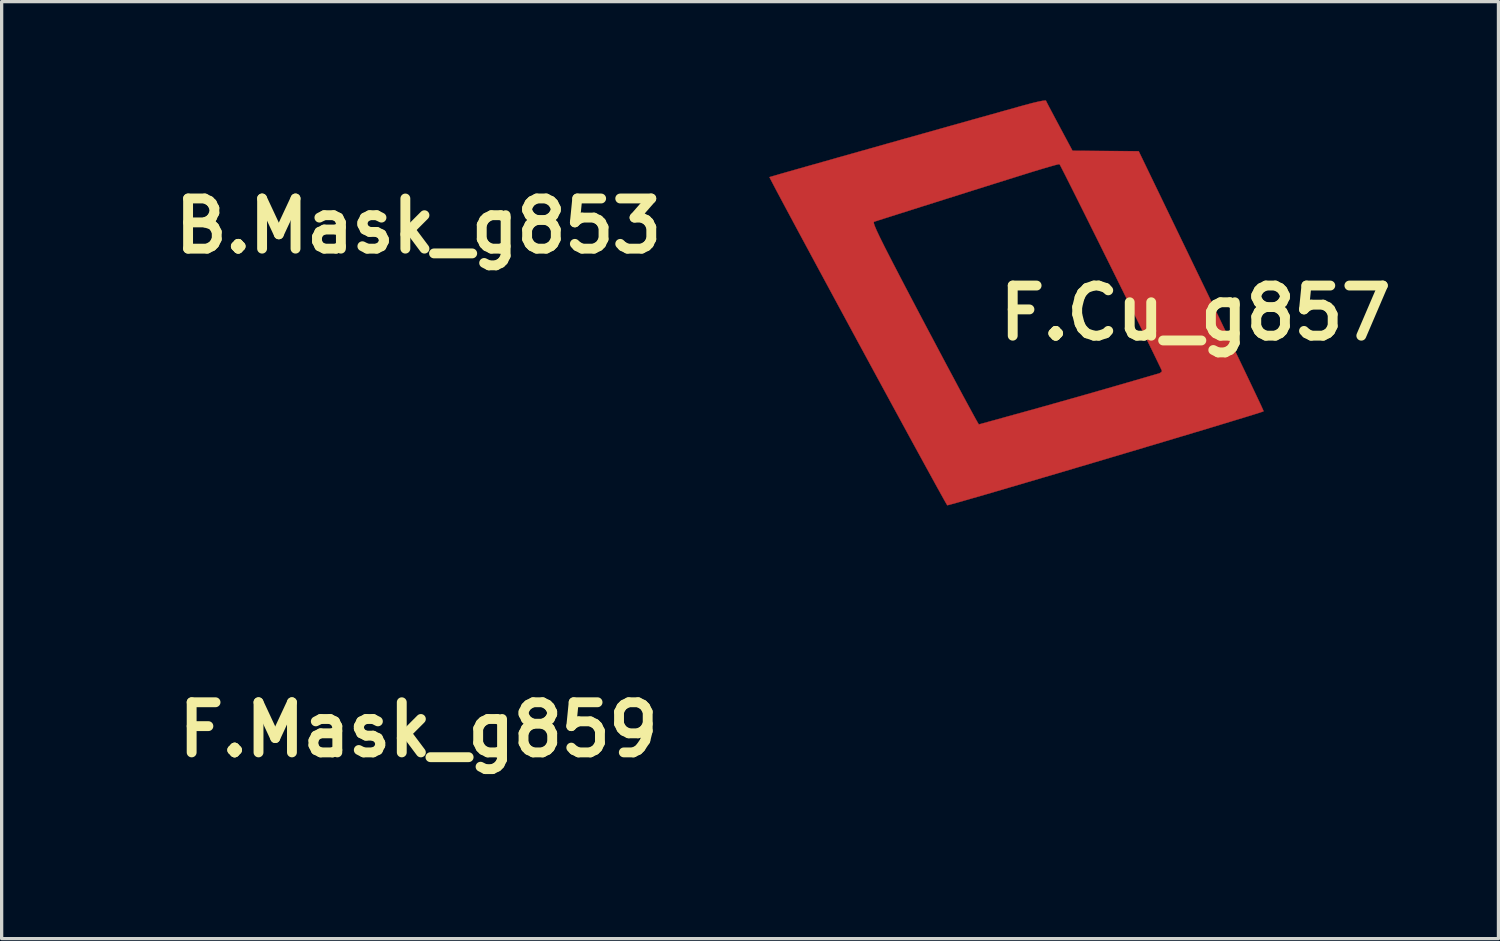
<source format=kicad_pcb>
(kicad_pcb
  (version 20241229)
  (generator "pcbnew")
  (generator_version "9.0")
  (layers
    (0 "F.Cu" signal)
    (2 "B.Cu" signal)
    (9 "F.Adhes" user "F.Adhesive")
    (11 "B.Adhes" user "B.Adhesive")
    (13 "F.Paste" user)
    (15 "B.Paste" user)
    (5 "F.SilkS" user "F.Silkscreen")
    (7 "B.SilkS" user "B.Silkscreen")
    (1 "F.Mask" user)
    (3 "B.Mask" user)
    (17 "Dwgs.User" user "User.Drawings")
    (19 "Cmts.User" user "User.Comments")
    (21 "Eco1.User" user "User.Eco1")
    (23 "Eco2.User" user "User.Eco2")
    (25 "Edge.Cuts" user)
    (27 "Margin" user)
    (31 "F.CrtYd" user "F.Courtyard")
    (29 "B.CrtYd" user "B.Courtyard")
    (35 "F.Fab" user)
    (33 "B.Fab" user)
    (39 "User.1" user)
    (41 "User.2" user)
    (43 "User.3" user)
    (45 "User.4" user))
  (footprint "B.Mask_g853"
    (layer "F.Cu")
    (at 9.67 3.818)
    (property "Reference" "B.Mask_g853" (at 0 0 0) (layer "F.SilkS") (effects (font (size 1.524 1.524) (thickness 0.3))))
    (attr through_hole)
    (fp_poly (pts (xy -4.496 -3.771) (xy -4.439 -3.66) (xy -4.351 -3.484) (xy -4.234 -3.249) (xy -4.092 -2.963) (xy -3.928 -2.63) (xy -3.745 -2.257) (xy -3.545 -1.849) (xy -3.332 -1.413) (xy -3.108 -0.954) (xy -3.096 -0.93) (xy -2.831 -0.385) (xy -2.601 0.088) (xy -2.405 0.495) (xy -2.239 0.84) (xy -2.102 1.129) (xy -1.992 1.365) (xy -1.906 1.554) (xy -1.843 1.7) (xy -1.799 1.809) (xy -1.774 1.884) (xy -1.764 1.931) (xy -1.768 1.954) (xy -1.773 1.958) (xy -1.826 1.975) (xy -1.951 2.013) (xy -2.14 2.068) (xy -2.383 2.138) (xy -2.673 2.221) (xy -3 2.315) (xy -3.355 2.416) (xy -3.73 2.522) (xy -4.117 2.632) (xy -4.506 2.741) (xy -4.889 2.849) (xy -5.257 2.952) (xy -5.601 3.049) (xy -5.913 3.135) (xy -6.184 3.21) (xy -6.405 3.271) (xy -6.568 3.315) (xy -6.663 3.34) (xy -6.685 3.344) (xy -6.725 3.31) (xy -6.79 3.219) (xy -6.867 3.092) (xy -6.874 3.08) (xy -6.941 2.957) (xy -7.04 2.775) (xy -7.165 2.543) (xy -7.314 2.267) (xy -7.482 1.955) (xy -7.666 1.614) (xy -7.861 1.251) (xy -8.063 0.874) (xy -8.269 0.49) (xy -8.475 0.106) (xy -8.676 -0.271) (xy -8.87 -0.632) (xy -9.051 -0.971) (xy -9.216 -1.281) (xy -9.361 -1.554) (xy -9.483 -1.783) (xy -9.576 -1.96) (xy -9.638 -2.079) (xy -9.665 -2.131) (xy -9.665 -2.133) (xy -9.628 -2.152) (xy -9.518 -2.195) (xy -9.344 -2.257) (xy -9.114 -2.338) (xy -8.835 -2.432) (xy -8.518 -2.54) (xy -8.169 -2.656) (xy -7.797 -2.779) (xy -7.41 -2.907) (xy -7.017 -3.035) (xy -6.625 -3.163) (xy -6.242 -3.286) (xy -5.878 -3.403) (xy -5.54 -3.51) (xy -5.237 -3.606) (xy -4.976 -3.686) (xy -4.767 -3.749) (xy -4.616 -3.792) (xy -4.533 -3.812) (xy -4.519 -3.813) (xy -4.496 -3.771)) (stroke (width 0.01) (type solid)) (fill yes) (layer "B.Mask")))
  (footprint "F.Mask_g859"
    (layer "F.Cu")
    (at 9.67 19.13)
    (property "Reference" "F.Mask_g859" (at 0 0 0) (layer "F.SilkS") (effects (font (size 1.524 1.524) (thickness 0.3))))
    (attr through_hole)
    (fp_poly (pts (xy -4.496 -3.771) (xy -4.439 -3.66) (xy -4.351 -3.484) (xy -4.234 -3.249) (xy -4.092 -2.963) (xy -3.928 -2.63) (xy -3.745 -2.257) (xy -3.545 -1.849) (xy -3.332 -1.413) (xy -3.108 -0.954) (xy -3.096 -0.93) (xy -2.831 -0.385) (xy -2.601 0.088) (xy -2.405 0.495) (xy -2.239 0.84) (xy -2.102 1.129) (xy -1.992 1.365) (xy -1.906 1.554) (xy -1.843 1.7) (xy -1.799 1.809) (xy -1.774 1.884) (xy -1.764 1.931) (xy -1.768 1.954) (xy -1.773 1.958) (xy -1.826 1.975) (xy -1.951 2.013) (xy -2.14 2.068) (xy -2.383 2.138) (xy -2.673 2.221) (xy -3 2.315) (xy -3.355 2.416) (xy -3.73 2.522) (xy -4.117 2.632) (xy -4.506 2.741) (xy -4.889 2.849) (xy -5.257 2.952) (xy -5.601 3.049) (xy -5.913 3.135) (xy -6.184 3.21) (xy -6.405 3.271) (xy -6.568 3.315) (xy -6.663 3.34) (xy -6.685 3.344) (xy -6.725 3.31) (xy -6.79 3.219) (xy -6.867 3.092) (xy -6.874 3.08) (xy -6.941 2.957) (xy -7.04 2.775) (xy -7.165 2.543) (xy -7.314 2.267) (xy -7.482 1.955) (xy -7.666 1.614) (xy -7.861 1.251) (xy -8.063 0.874) (xy -8.269 0.49) (xy -8.475 0.106) (xy -8.676 -0.271) (xy -8.87 -0.632) (xy -9.051 -0.971) (xy -9.216 -1.281) (xy -9.361 -1.554) (xy -9.483 -1.783) (xy -9.576 -1.96) (xy -9.638 -2.079) (xy -9.665 -2.131) (xy -9.665 -2.133) (xy -9.628 -2.152) (xy -9.518 -2.195) (xy -9.344 -2.257) (xy -9.114 -2.338) (xy -8.835 -2.432) (xy -8.518 -2.54) (xy -8.169 -2.656) (xy -7.797 -2.779) (xy -7.41 -2.907) (xy -7.017 -3.035) (xy -6.625 -3.163) (xy -6.242 -3.286) (xy -5.878 -3.403) (xy -5.54 -3.51) (xy -5.237 -3.606) (xy -4.976 -3.686) (xy -4.767 -3.749) (xy -4.616 -3.792) (xy -4.533 -3.812) (xy -4.519 -3.813) (xy -4.496 -3.771)) (stroke (width 0.01) (type solid)) (fill yes) (layer "F.Mask")))
  (footprint "F.Cu_g857"
    (layer "F.Cu")
    (at 33.284 6.464)
    (property "Reference" "F.Cu_g857" (at 0 0 0) (layer "F.SilkS") (effects (font (size 1.524 1.524) (thickness 0.3))))
    (attr through_hole)
    (fp_poly (pts (xy -4.543 -6.454) (xy -4.519 -6.406) (xy -4.462 -6.295) (xy -4.377 -6.134) (xy -4.271 -5.934) (xy -4.15 -5.708) (xy -4.132 -5.673) (xy -3.735 -4.932) (xy -2.729 -4.925) (xy -1.723 -4.918) (xy 0.175 -0.988) (xy 0.437 -0.447) (xy 0.687 0.073) (xy 0.925 0.567) (xy 1.147 1.029) (xy 1.351 1.455) (xy 1.535 1.839) (xy 1.696 2.177) (xy 1.832 2.463) (xy 1.94 2.691) (xy 2.018 2.858) (xy 2.063 2.958) (xy 2.074 2.986) (xy 2.035 3.001) (xy 1.92 3.039) (xy 1.736 3.097) (xy 1.489 3.173) (xy 1.186 3.265) (xy 0.831 3.373) (xy 0.432 3.494) (xy -0.005 3.625) (xy -0.475 3.766) (xy -0.971 3.915) (xy -1.488 4.069) (xy -2.019 4.228) (xy -2.558 4.388) (xy -3.099 4.549) (xy -3.636 4.708) (xy -4.162 4.864) (xy -4.672 5.014) (xy -5.16 5.158) (xy -5.62 5.293) (xy -6.044 5.418) (xy -6.428 5.53) (xy -6.766 5.627) (xy -7.05 5.709) (xy -7.275 5.773) (xy -7.436 5.817) (xy -7.525 5.84) (xy -7.541 5.843) (xy -7.564 5.806) (xy -7.625 5.7) (xy -7.721 5.527) (xy -7.851 5.293) (xy -8.011 5.001) (xy -8.2 4.657) (xy -8.415 4.264) (xy -8.654 3.827) (xy -8.914 3.349) (xy -9.193 2.837) (xy -9.489 2.292) (xy -9.799 1.721) (xy -10.121 1.127) (xy -10.264 0.864) (xy -10.59 0.261) (xy -10.905 -0.321) (xy -11.205 -0.877) (xy -11.49 -1.405) (xy -11.756 -1.899) (xy -12.002 -2.355) (xy -12.208 -2.739) (xy -9.777 -2.739) (xy -9.749 -2.651) (xy -9.687 -2.505) (xy -9.588 -2.297) (xy -9.452 -2.022) (xy -9.3 -1.725) (xy -9.154 -1.442) (xy -8.987 -1.121) (xy -8.804 -0.77) (xy -8.608 -0.397) (xy -8.403 -0.007) (xy -8.192 0.393) (xy -7.979 0.794) (xy -7.769 1.19) (xy -7.565 1.575) (xy -7.369 1.941) (xy -7.188 2.281) (xy -7.023 2.588) (xy -6.878 2.855) (xy -6.758 3.076) (xy -6.666 3.243) (xy -6.606 3.348) (xy -6.582 3.387) (xy -6.581 3.387) (xy -6.541 3.376) (xy -6.427 3.345) (xy -6.251 3.296) (xy -6.02 3.233) (xy -5.745 3.156) (xy -5.434 3.07) (xy -5.118 2.983) (xy -4.705 2.868) (xy -4.251 2.74) (xy -3.78 2.607) (xy -3.315 2.475) (xy -2.879 2.35) (xy -2.496 2.24) (xy -2.413 2.216) (xy -2.099 2.125) (xy -1.81 2.041) (xy -1.555 1.967) (xy -1.345 1.906) (xy -1.191 1.861) (xy -1.104 1.836) (xy -1.09 1.832) (xy -1.027 1.79) (xy -1.016 1.76) (xy -1.034 1.717) (xy -1.087 1.606) (xy -1.171 1.432) (xy -1.282 1.203) (xy -1.418 0.926) (xy -1.574 0.607) (xy -1.748 0.254) (xy -1.936 -0.127) (xy -2.134 -0.528) (xy -2.34 -0.944) (xy -2.549 -1.367) (xy -2.759 -1.79) (xy -2.965 -2.206) (xy -3.166 -2.609) (xy -3.356 -2.992) (xy -3.534 -3.348) (xy -3.694 -3.669) (xy -3.835 -3.949) (xy -3.952 -4.182) (xy -4.043 -4.36) (xy -4.103 -4.477) (xy -4.13 -4.525) (xy -4.13 -4.525) (xy -4.174 -4.519) (xy -4.287 -4.49) (xy -4.456 -4.442) (xy -4.669 -4.379) (xy -4.915 -4.305) (xy -5.005 -4.277) (xy -5.19 -4.219) (xy -5.43 -4.144) (xy -5.718 -4.054) (xy -6.043 -3.952) (xy -6.399 -3.84) (xy -6.775 -3.722) (xy -7.163 -3.599) (xy -7.554 -3.476) (xy -7.94 -3.354) (xy -8.311 -3.237) (xy -8.659 -3.126) (xy -8.976 -3.026) (xy -9.251 -2.939) (xy -9.478 -2.867) (xy -9.646 -2.813) (xy -9.747 -2.78) (xy -9.772 -2.772) (xy -9.777 -2.739) (xy -12.208 -2.739) (xy -12.224 -2.769) (xy -12.421 -3.136) (xy -12.59 -3.452) (xy -12.729 -3.713) (xy -12.835 -3.915) (xy -12.907 -4.053) (xy -12.942 -4.122) (xy -12.945 -4.13) (xy -12.903 -4.143) (xy -12.786 -4.177) (xy -12.6 -4.231) (xy -12.351 -4.302) (xy -12.045 -4.389) (xy -11.689 -4.49) (xy -11.289 -4.603) (xy -10.85 -4.728) (xy -10.38 -4.86) (xy -9.884 -5) (xy -9.369 -5.146) (xy -8.841 -5.295) (xy -8.305 -5.445) (xy -7.769 -5.596) (xy -7.239 -5.745) (xy -6.72 -5.891) (xy -6.218 -6.031) (xy -5.741 -6.165) (xy -5.295 -6.29) (xy -5.189 -6.319) (xy -4.968 -6.378) (xy -4.78 -6.423) (xy -4.638 -6.451) (xy -4.557 -6.459) (xy -4.543 -6.454)) (stroke (width 0.01) (type solid)) (fill yes) (layer "F.Cu")))
  (gr_rect
    (start -3 -3)
    (end 42.496 25.48)
    (stroke (width 0.1) (type default))
    (fill no)
    (layer "Edge.Cuts")))
</source>
